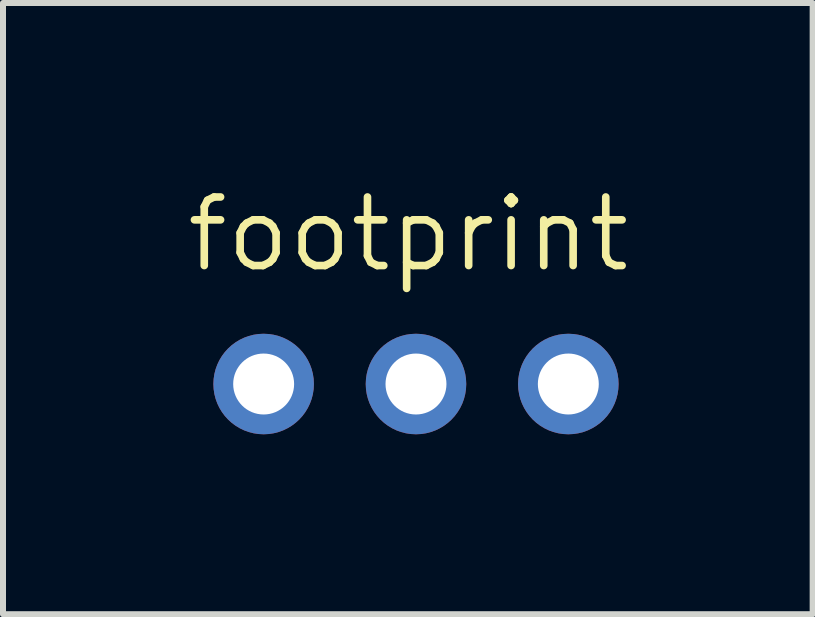
<source format=kicad_pcb>
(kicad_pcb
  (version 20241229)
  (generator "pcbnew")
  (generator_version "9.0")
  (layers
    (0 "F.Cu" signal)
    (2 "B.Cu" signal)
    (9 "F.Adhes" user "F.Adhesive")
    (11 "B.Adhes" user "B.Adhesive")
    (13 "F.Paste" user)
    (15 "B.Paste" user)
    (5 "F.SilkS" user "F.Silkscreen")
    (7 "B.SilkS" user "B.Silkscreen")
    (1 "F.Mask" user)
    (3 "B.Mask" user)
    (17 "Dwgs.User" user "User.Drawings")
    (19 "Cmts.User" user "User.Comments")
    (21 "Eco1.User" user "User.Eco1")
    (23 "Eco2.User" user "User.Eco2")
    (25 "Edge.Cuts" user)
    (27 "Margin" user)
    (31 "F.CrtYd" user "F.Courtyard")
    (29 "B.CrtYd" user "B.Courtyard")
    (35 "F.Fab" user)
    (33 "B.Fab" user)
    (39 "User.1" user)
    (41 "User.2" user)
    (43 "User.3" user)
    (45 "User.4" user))
  (footprint "footprint"
    (layer "F.Cu")
    (at 3.886 3.353)
    (property "Reference" "footprint" (at -3.886 -1.829 0) (layer "F.SilkS") (effects (font (size 1.143 1.143) (thickness 0.127)) (justify left bottom)))
    (fp_poly (pts (xy -2.794 0.254) (xy -2.286 0.254) (xy -2.286 -0.254) (xy -2.794 -0.254)) (stroke (width 0.1) (type solid)) (fill no) (layer "F.Fab"))
    (fp_poly (pts (xy -0.254 0.254) (xy 0.254 0.254) (xy 0.254 -0.254) (xy -0.254 -0.254)) (stroke (width 0.1) (type solid)) (fill no) (layer "F.Fab"))
    (fp_poly (pts (xy 2.286 0.254) (xy 2.794 0.254) (xy 2.794 -0.254) (xy 2.286 -0.254)) (stroke (width 0.1) (type solid)) (fill no) (layer "F.Fab"))
    (pad "1" thru_hole circle (at -2.54 0 90) (size 1.676 1.676) (drill 1.016) (layers "*.Cu" "*.Mask"))
    (pad "2" thru_hole circle (at 0 0 90) (size 1.676 1.676) (drill 1.016) (layers "*.Cu" "*.Mask"))
    (pad "3" thru_hole circle (at 2.54 0 90) (size 1.676 1.676) (drill 1.016) (layers "*.Cu" "*.Mask")))
  (gr_rect
    (start -3 -3)
    (end 10.5 7.191)
    (stroke (width 0.1) (type default))
    (fill no)
    (layer "Edge.Cuts")))
</source>
